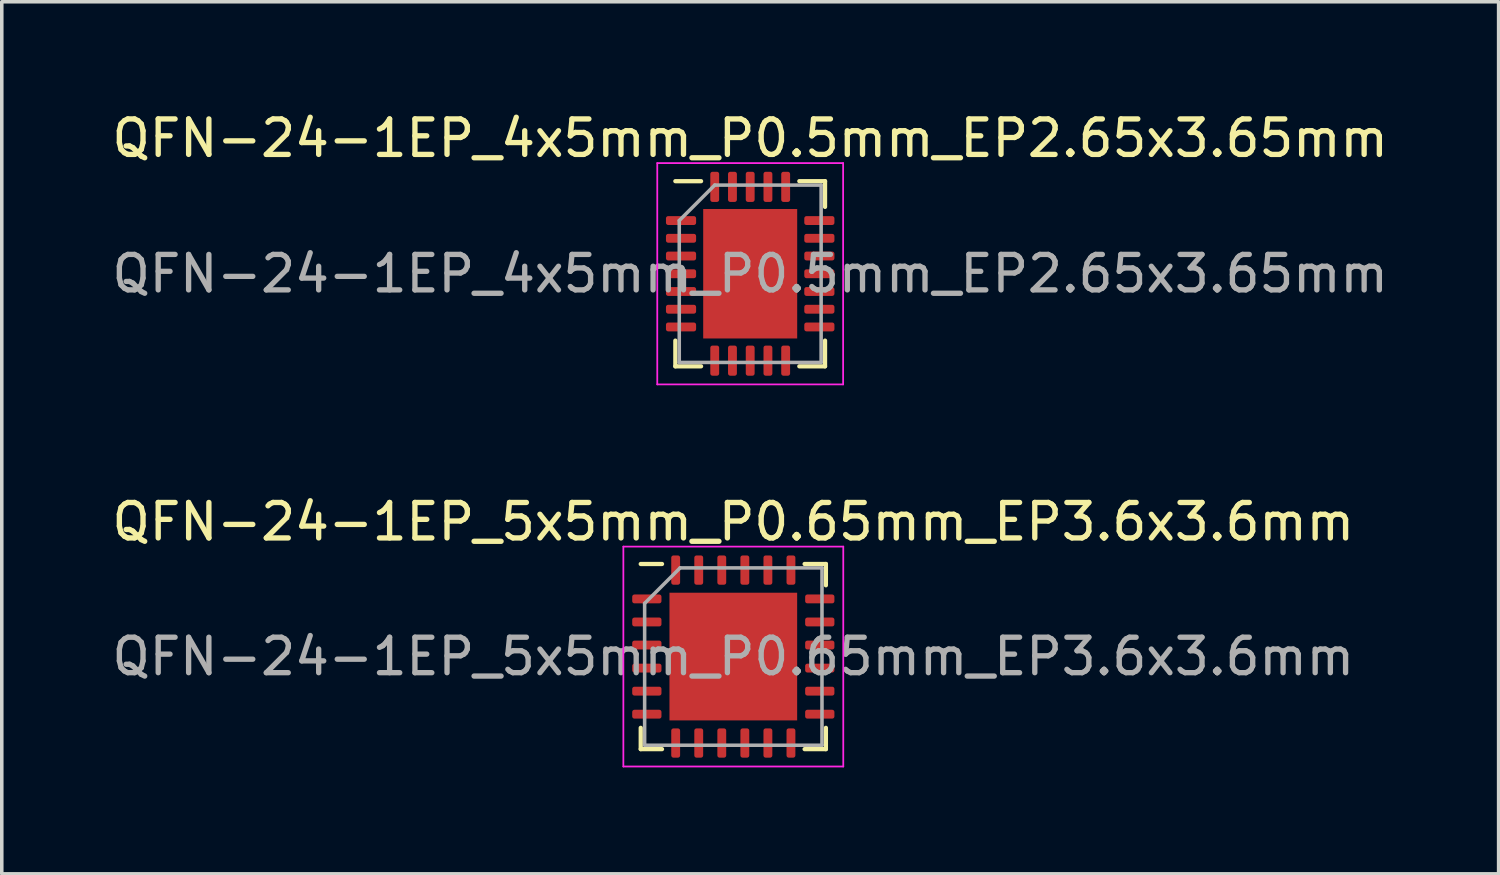
<source format=kicad_pcb>
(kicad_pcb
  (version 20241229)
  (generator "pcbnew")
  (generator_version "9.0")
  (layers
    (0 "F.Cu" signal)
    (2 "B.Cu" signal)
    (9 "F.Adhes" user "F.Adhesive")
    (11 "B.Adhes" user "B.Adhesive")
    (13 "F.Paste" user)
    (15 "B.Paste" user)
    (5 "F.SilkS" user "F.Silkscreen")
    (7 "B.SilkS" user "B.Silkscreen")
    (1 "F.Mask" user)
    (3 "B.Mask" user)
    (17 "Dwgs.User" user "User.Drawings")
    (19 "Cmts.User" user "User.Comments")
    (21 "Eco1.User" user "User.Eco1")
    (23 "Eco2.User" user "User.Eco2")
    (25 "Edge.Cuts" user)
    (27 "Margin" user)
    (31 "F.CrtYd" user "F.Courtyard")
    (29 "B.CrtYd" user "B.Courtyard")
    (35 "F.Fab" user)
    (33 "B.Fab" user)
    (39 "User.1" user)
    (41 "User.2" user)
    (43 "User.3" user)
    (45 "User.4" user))
  (footprint "QFN-24-1EP_4x5mm_P0.5mm_EP2.65x3.65mm"
    (layer "F.Cu")
    (at 18.101 4.668)
    (property "Reference" "QFN-24-1EP_4x5mm_P0.5mm_EP2.65x3.65mm" (at 0 -3.82 0) (layer "F.SilkS") (effects (font (size 1 1) (thickness 0.15))))
    (attr smd)
    (fp_line (start -2.11 2.61) (end -2.11 1.885) (stroke (width 0.12) (type solid)) (layer "F.SilkS"))
    (fp_line (start -1.385 -2.61) (end -2.11 -2.61) (stroke (width 0.12) (type solid)) (layer "F.SilkS"))
    (fp_line (start -1.385 2.61) (end -2.11 2.61) (stroke (width 0.12) (type solid)) (layer "F.SilkS"))
    (fp_line (start 1.385 -2.61) (end 2.11 -2.61) (stroke (width 0.12) (type solid)) (layer "F.SilkS"))
    (fp_line (start 1.385 2.61) (end 2.11 2.61) (stroke (width 0.12) (type solid)) (layer "F.SilkS"))
    (fp_line (start 2.11 -2.61) (end 2.11 -1.885) (stroke (width 0.12) (type solid)) (layer "F.SilkS"))
    (fp_line (start 2.11 2.61) (end 2.11 1.885) (stroke (width 0.12) (type solid)) (layer "F.SilkS"))
    (fp_line (start -2.62 -3.12) (end -2.62 3.12) (stroke (width 0.05) (type solid)) (layer "F.CrtYd"))
    (fp_line (start -2.62 3.12) (end 2.62 3.12) (stroke (width 0.05) (type solid)) (layer "F.CrtYd"))
    (fp_line (start 2.62 -3.12) (end -2.62 -3.12) (stroke (width 0.05) (type solid)) (layer "F.CrtYd"))
    (fp_line (start 2.62 3.12) (end 2.62 -3.12) (stroke (width 0.05) (type solid)) (layer "F.CrtYd"))
    (fp_line (start -2 -1.5) (end -1 -2.5) (stroke (width 0.1) (type solid)) (layer "F.Fab"))
    (fp_line (start -2 2.5) (end -2 -1.5) (stroke (width 0.1) (type solid)) (layer "F.Fab"))
    (fp_line (start -1 -2.5) (end 2 -2.5) (stroke (width 0.1) (type solid)) (layer "F.Fab"))
    (fp_line (start 2 -2.5) (end 2 2.5) (stroke (width 0.1) (type solid)) (layer "F.Fab"))
    (fp_line (start 2 2.5) (end -2 2.5) (stroke (width 0.1) (type solid)) (layer "F.Fab"))
    (fp_text user "${REFERENCE}" (at 0 0 0) (layer "F.Fab") (effects (font (size 1 1) (thickness 0.15))))
    (pad "" smd roundrect (at -0.66 -1.22) (size 1.07 0.98) (layers "F.Paste") (roundrect_rratio 0.25))
    (pad "" smd roundrect (at -0.66 0) (size 1.07 0.98) (layers "F.Paste") (roundrect_rratio 0.25))
    (pad "" smd roundrect (at -0.66 1.22) (size 1.07 0.98) (layers "F.Paste") (roundrect_rratio 0.25))
    (pad "" smd roundrect (at 0.66 -1.22) (size 1.07 0.98) (layers "F.Paste") (roundrect_rratio 0.25))
    (pad "" smd roundrect (at 0.66 0) (size 1.07 0.98) (layers "F.Paste") (roundrect_rratio 0.25))
    (pad "" smd roundrect (at 0.66 1.22) (size 1.07 0.98) (layers "F.Paste") (roundrect_rratio 0.25))
    (pad "1" smd roundrect (at -1.95 -1.5) (size 0.85 0.25) (layers "F.Cu" "F.Mask" "F.Paste") (roundrect_rratio 0.25))
    (pad "2" smd roundrect (at -1.95 -1) (size 0.85 0.25) (layers "F.Cu" "F.Mask" "F.Paste") (roundrect_rratio 0.25))
    (pad "3" smd roundrect (at -1.95 -0.5) (size 0.85 0.25) (layers "F.Cu" "F.Mask" "F.Paste") (roundrect_rratio 0.25))
    (pad "4" smd roundrect (at -1.95 0) (size 0.85 0.25) (layers "F.Cu" "F.Mask" "F.Paste") (roundrect_rratio 0.25))
    (pad "5" smd roundrect (at -1.95 0.5) (size 0.85 0.25) (layers "F.Cu" "F.Mask" "F.Paste") (roundrect_rratio 0.25))
    (pad "6" smd roundrect (at -1.95 1) (size 0.85 0.25) (layers "F.Cu" "F.Mask" "F.Paste") (roundrect_rratio 0.25))
    (pad "7" smd roundrect (at -1.95 1.5) (size 0.85 0.25) (layers "F.Cu" "F.Mask" "F.Paste") (roundrect_rratio 0.25))
    (pad "8" smd roundrect (at -1 2.45) (size 0.25 0.85) (layers "F.Cu" "F.Mask" "F.Paste") (roundrect_rratio 0.25))
    (pad "9" smd roundrect (at -0.5 2.45) (size 0.25 0.85) (layers "F.Cu" "F.Mask" "F.Paste") (roundrect_rratio 0.25))
    (pad "10" smd roundrect (at 0 2.45) (size 0.25 0.85) (layers "F.Cu" "F.Mask" "F.Paste") (roundrect_rratio 0.25))
    (pad "11" smd roundrect (at 0.5 2.45) (size 0.25 0.85) (layers "F.Cu" "F.Mask" "F.Paste") (roundrect_rratio 0.25))
    (pad "12" smd roundrect (at 1 2.45) (size 0.25 0.85) (layers "F.Cu" "F.Mask" "F.Paste") (roundrect_rratio 0.25))
    (pad "13" smd roundrect (at 1.95 1.5) (size 0.85 0.25) (layers "F.Cu" "F.Mask" "F.Paste") (roundrect_rratio 0.25))
    (pad "14" smd roundrect (at 1.95 1) (size 0.85 0.25) (layers "F.Cu" "F.Mask" "F.Paste") (roundrect_rratio 0.25))
    (pad "15" smd roundrect (at 1.95 0.5) (size 0.85 0.25) (layers "F.Cu" "F.Mask" "F.Paste") (roundrect_rratio 0.25))
    (pad "16" smd roundrect (at 1.95 0) (size 0.85 0.25) (layers "F.Cu" "F.Mask" "F.Paste") (roundrect_rratio 0.25))
    (pad "17" smd roundrect (at 1.95 -0.5) (size 0.85 0.25) (layers "F.Cu" "F.Mask" "F.Paste") (roundrect_rratio 0.25))
    (pad "18" smd roundrect (at 1.95 -1) (size 0.85 0.25) (layers "F.Cu" "F.Mask" "F.Paste") (roundrect_rratio 0.25))
    (pad "19" smd roundrect (at 1.95 -1.5) (size 0.85 0.25) (layers "F.Cu" "F.Mask" "F.Paste") (roundrect_rratio 0.25))
    (pad "20" smd roundrect (at 1 -2.45) (size 0.25 0.85) (layers "F.Cu" "F.Mask" "F.Paste") (roundrect_rratio 0.25))
    (pad "21" smd roundrect (at 0.5 -2.45) (size 0.25 0.85) (layers "F.Cu" "F.Mask" "F.Paste") (roundrect_rratio 0.25))
    (pad "22" smd roundrect (at 0 -2.45) (size 0.25 0.85) (layers "F.Cu" "F.Mask" "F.Paste") (roundrect_rratio 0.25))
    (pad "23" smd roundrect (at -0.5 -2.45) (size 0.25 0.85) (layers "F.Cu" "F.Mask" "F.Paste") (roundrect_rratio 0.25))
    (pad "24" smd roundrect (at -1 -2.45) (size 0.25 0.85) (layers "F.Cu" "F.Mask" "F.Paste") (roundrect_rratio 0.25))
    (pad "25" smd rect (at 0 0) (size 2.65 3.65) (layers "F.Cu" "F.Mask")))
  (footprint "QFN-24-1EP_5x5mm_P0.65mm_EP3.6x3.6mm"
    (layer "F.Cu")
    (at 17.625 15.461)
    (property "Reference" "QFN-24-1EP_5x5mm_P0.65mm_EP3.6x3.6mm" (at 0 -3.8 0) (layer "F.SilkS") (effects (font (size 1 1) (thickness 0.15))))
    (attr smd)
    (fp_line (start -2.61 2.61) (end -2.61 2.01) (stroke (width 0.12) (type solid)) (layer "F.SilkS"))
    (fp_line (start -2.01 -2.61) (end -2.61 -2.61) (stroke (width 0.12) (type solid)) (layer "F.SilkS"))
    (fp_line (start -2.01 2.61) (end -2.61 2.61) (stroke (width 0.12) (type solid)) (layer "F.SilkS"))
    (fp_line (start 2.01 -2.61) (end 2.61 -2.61) (stroke (width 0.12) (type solid)) (layer "F.SilkS"))
    (fp_line (start 2.01 2.61) (end 2.61 2.61) (stroke (width 0.12) (type solid)) (layer "F.SilkS"))
    (fp_line (start 2.61 -2.61) (end 2.61 -2.01) (stroke (width 0.12) (type solid)) (layer "F.SilkS"))
    (fp_line (start 2.61 2.61) (end 2.61 2.01) (stroke (width 0.12) (type solid)) (layer "F.SilkS"))
    (fp_line (start -3.1 -3.1) (end -3.1 3.1) (stroke (width 0.05) (type solid)) (layer "F.CrtYd"))
    (fp_line (start -3.1 3.1) (end 3.1 3.1) (stroke (width 0.05) (type solid)) (layer "F.CrtYd"))
    (fp_line (start 3.1 -3.1) (end -3.1 -3.1) (stroke (width 0.05) (type solid)) (layer "F.CrtYd"))
    (fp_line (start 3.1 3.1) (end 3.1 -3.1) (stroke (width 0.05) (type solid)) (layer "F.CrtYd"))
    (fp_line (start -2.5 -1.5) (end -1.5 -2.5) (stroke (width 0.1) (type solid)) (layer "F.Fab"))
    (fp_line (start -2.5 2.5) (end -2.5 -1.5) (stroke (width 0.1) (type solid)) (layer "F.Fab"))
    (fp_line (start -1.5 -2.5) (end 2.5 -2.5) (stroke (width 0.1) (type solid)) (layer "F.Fab"))
    (fp_line (start 2.5 -2.5) (end 2.5 2.5) (stroke (width 0.1) (type solid)) (layer "F.Fab"))
    (fp_line (start 2.5 2.5) (end -2.5 2.5) (stroke (width 0.1) (type solid)) (layer "F.Fab"))
    (fp_text user "${REFERENCE}" (at 0 0 0) (layer "F.Fab") (effects (font (size 1 1) (thickness 0.15))))
    (pad "" smd roundrect (at -1.2 -1.2) (size 0.97 0.97) (layers "F.Paste") (roundrect_rratio 0.25))
    (pad "" smd roundrect (at -1.2 0) (size 0.97 0.97) (layers "F.Paste") (roundrect_rratio 0.25))
    (pad "" smd roundrect (at -1.2 1.2) (size 0.97 0.97) (layers "F.Paste") (roundrect_rratio 0.25))
    (pad "" smd roundrect (at 0 -1.2) (size 0.97 0.97) (layers "F.Paste") (roundrect_rratio 0.25))
    (pad "" smd roundrect (at 0 0) (size 0.97 0.97) (layers "F.Paste") (roundrect_rratio 0.25))
    (pad "" smd roundrect (at 0 1.2) (size 0.97 0.97) (layers "F.Paste") (roundrect_rratio 0.25))
    (pad "" smd roundrect (at 1.2 -1.2) (size 0.97 0.97) (layers "F.Paste") (roundrect_rratio 0.25))
    (pad "" smd roundrect (at 1.2 0) (size 0.97 0.97) (layers "F.Paste") (roundrect_rratio 0.25))
    (pad "" smd roundrect (at 1.2 1.2) (size 0.97 0.97) (layers "F.Paste") (roundrect_rratio 0.25))
    (pad "1" smd roundrect (at -2.438 -1.625) (size 0.825 0.25) (layers "F.Cu" "F.Mask" "F.Paste") (roundrect_rratio 0.25))
    (pad "2" smd roundrect (at -2.438 -0.975) (size 0.825 0.25) (layers "F.Cu" "F.Mask" "F.Paste") (roundrect_rratio 0.25))
    (pad "3" smd roundrect (at -2.438 -0.325) (size 0.825 0.25) (layers "F.Cu" "F.Mask" "F.Paste") (roundrect_rratio 0.25))
    (pad "4" smd roundrect (at -2.438 0.325) (size 0.825 0.25) (layers "F.Cu" "F.Mask" "F.Paste") (roundrect_rratio 0.25))
    (pad "5" smd roundrect (at -2.438 0.975) (size 0.825 0.25) (layers "F.Cu" "F.Mask" "F.Paste") (roundrect_rratio 0.25))
    (pad "6" smd roundrect (at -2.438 1.625) (size 0.825 0.25) (layers "F.Cu" "F.Mask" "F.Paste") (roundrect_rratio 0.25))
    (pad "7" smd roundrect (at -1.625 2.438) (size 0.25 0.825) (layers "F.Cu" "F.Mask" "F.Paste") (roundrect_rratio 0.25))
    (pad "8" smd roundrect (at -0.975 2.438) (size 0.25 0.825) (layers "F.Cu" "F.Mask" "F.Paste") (roundrect_rratio 0.25))
    (pad "9" smd roundrect (at -0.325 2.438) (size 0.25 0.825) (layers "F.Cu" "F.Mask" "F.Paste") (roundrect_rratio 0.25))
    (pad "10" smd roundrect (at 0.325 2.438) (size 0.25 0.825) (layers "F.Cu" "F.Mask" "F.Paste") (roundrect_rratio 0.25))
    (pad "11" smd roundrect (at 0.975 2.438) (size 0.25 0.825) (layers "F.Cu" "F.Mask" "F.Paste") (roundrect_rratio 0.25))
    (pad "12" smd roundrect (at 1.625 2.438) (size 0.25 0.825) (layers "F.Cu" "F.Mask" "F.Paste") (roundrect_rratio 0.25))
    (pad "13" smd roundrect (at 2.438 1.625) (size 0.825 0.25) (layers "F.Cu" "F.Mask" "F.Paste") (roundrect_rratio 0.25))
    (pad "14" smd roundrect (at 2.438 0.975) (size 0.825 0.25) (layers "F.Cu" "F.Mask" "F.Paste") (roundrect_rratio 0.25))
    (pad "15" smd roundrect (at 2.438 0.325) (size 0.825 0.25) (layers "F.Cu" "F.Mask" "F.Paste") (roundrect_rratio 0.25))
    (pad "16" smd roundrect (at 2.438 -0.325) (size 0.825 0.25) (layers "F.Cu" "F.Mask" "F.Paste") (roundrect_rratio 0.25))
    (pad "17" smd roundrect (at 2.438 -0.975) (size 0.825 0.25) (layers "F.Cu" "F.Mask" "F.Paste") (roundrect_rratio 0.25))
    (pad "18" smd roundrect (at 2.438 -1.625) (size 0.825 0.25) (layers "F.Cu" "F.Mask" "F.Paste") (roundrect_rratio 0.25))
    (pad "19" smd roundrect (at 1.625 -2.438) (size 0.25 0.825) (layers "F.Cu" "F.Mask" "F.Paste") (roundrect_rratio 0.25))
    (pad "20" smd roundrect (at 0.975 -2.438) (size 0.25 0.825) (layers "F.Cu" "F.Mask" "F.Paste") (roundrect_rratio 0.25))
    (pad "21" smd roundrect (at 0.325 -2.438) (size 0.25 0.825) (layers "F.Cu" "F.Mask" "F.Paste") (roundrect_rratio 0.25))
    (pad "22" smd roundrect (at -0.325 -2.438) (size 0.25 0.825) (layers "F.Cu" "F.Mask" "F.Paste") (roundrect_rratio 0.25))
    (pad "23" smd roundrect (at -0.975 -2.438) (size 0.25 0.825) (layers "F.Cu" "F.Mask" "F.Paste") (roundrect_rratio 0.25))
    (pad "24" smd roundrect (at -1.625 -2.438) (size 0.25 0.825) (layers "F.Cu" "F.Mask" "F.Paste") (roundrect_rratio 0.25))
    (pad "25" smd rect (at 0 0) (size 3.6 3.6) (layers "F.Cu" "F.Mask")))
  (gr_rect
    (start -3 -3)
    (end 39.202 21.587)
    (stroke (width 0.1) (type default))
    (fill no)
    (layer "Edge.Cuts")))
</source>
